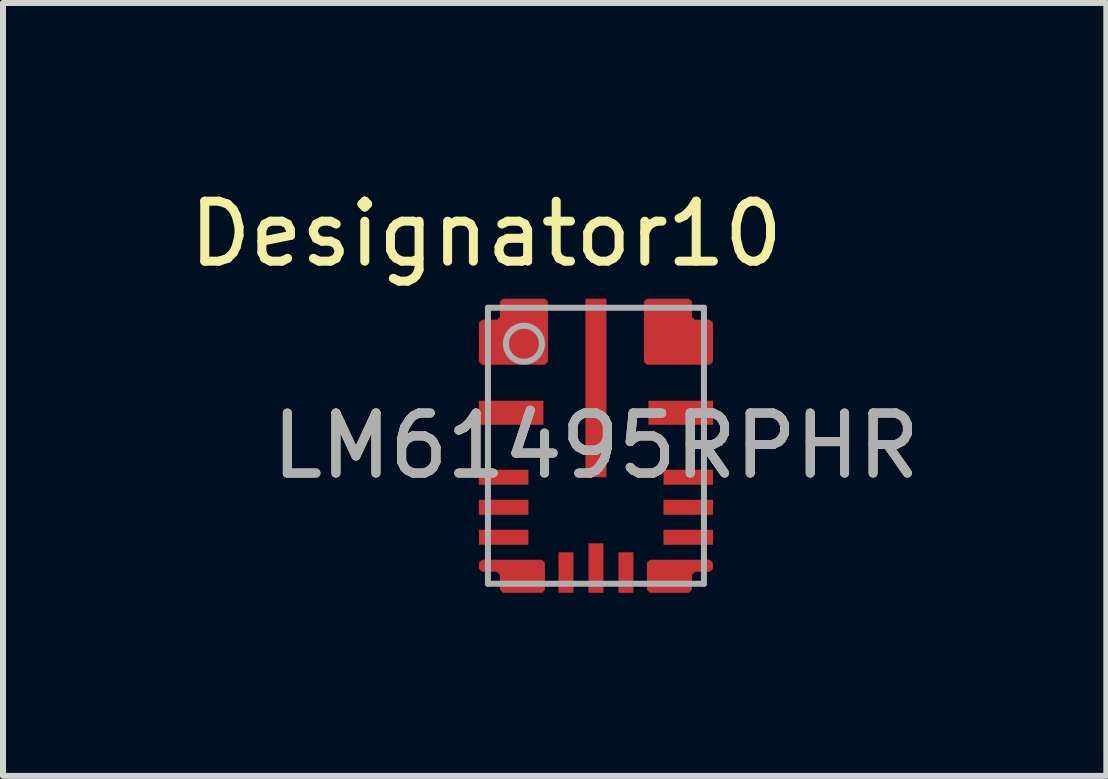
<source format=kicad_pcb>
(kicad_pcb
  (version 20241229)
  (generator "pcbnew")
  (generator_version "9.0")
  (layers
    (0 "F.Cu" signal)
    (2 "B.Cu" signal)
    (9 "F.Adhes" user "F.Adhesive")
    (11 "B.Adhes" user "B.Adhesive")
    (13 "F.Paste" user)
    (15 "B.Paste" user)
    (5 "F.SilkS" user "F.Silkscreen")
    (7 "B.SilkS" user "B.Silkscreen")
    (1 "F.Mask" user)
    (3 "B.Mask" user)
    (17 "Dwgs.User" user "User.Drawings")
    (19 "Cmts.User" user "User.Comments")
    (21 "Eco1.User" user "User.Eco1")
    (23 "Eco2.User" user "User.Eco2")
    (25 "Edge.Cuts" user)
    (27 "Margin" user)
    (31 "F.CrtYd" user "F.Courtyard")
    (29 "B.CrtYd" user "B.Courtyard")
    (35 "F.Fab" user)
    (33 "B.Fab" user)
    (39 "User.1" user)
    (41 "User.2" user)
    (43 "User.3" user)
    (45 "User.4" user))
  (footprint "LM61495RPHR"
    (layer "F.Cu")
    (at 6.882 4.379)
    (property "Reference" "LM61495RPHR" (at 0 0 0) (unlocked yes) (layer "F.SilkS") (effects (font (size 1 1) (thickness 0.15))))
    (attr smd)
    (fp_poly (pts (xy -1.95 -1.4) (xy -1.95 -2.05) (xy -1.9 -2.1) (xy -1.65 -2.1) (xy -1.6 -2.15) (xy -1.6 -2.4) (xy -1.55 -2.45) (xy -0.85 -2.45) (xy -0.8 -2.4) (xy -0.8 -1.4) (xy -0.85 -1.35) (xy -1.9 -1.35)) (stroke (width 0) (type solid)) (fill yes) (layer "F.Cu"))
    (fp_poly (pts (xy -1.95 2.05) (xy -1.9 2.1) (xy -1.65 2.1) (xy -1.6 2.15) (xy -1.6 2.4) (xy -1.55 2.45) (xy -0.9 2.45) (xy -0.85 2.4) (xy -0.85 1.95) (xy -0.9 1.9) (xy -1.9 1.9) (xy -1.95 1.95)) (stroke (width 0) (type solid)) (fill yes) (layer "F.Cu"))
    (fp_poly (pts (xy 1.95 -1.4) (xy 1.95 -2.05) (xy 1.9 -2.1) (xy 1.65 -2.1) (xy 1.6 -2.15) (xy 1.6 -2.4) (xy 1.55 -2.45) (xy 0.85 -2.45) (xy 0.8 -2.4) (xy 0.8 -1.4) (xy 0.85 -1.35) (xy 1.9 -1.35)) (stroke (width 0) (type solid)) (fill yes) (layer "F.Cu"))
    (fp_poly (pts (xy 1.95 2.05) (xy 1.9 2.1) (xy 1.65 2.1) (xy 1.6 2.15) (xy 1.6 2.4) (xy 1.55 2.45) (xy 0.9 2.45) (xy 0.85 2.4) (xy 0.85 1.95) (xy 0.9 1.9) (xy 1.9 1.9) (xy 1.95 1.95)) (stroke (width 0) (type solid)) (fill yes) (layer "F.Cu"))
    (fp_poly (pts (xy -2.001 2.05) (xy -2.001 1.95) (xy -2 1.94) (xy -1.997 1.931) (xy -1.992 1.922) (xy -1.986 1.914) (xy -1.936 1.864) (xy -1.928 1.858) (xy -1.919 1.853) (xy -1.91 1.85) (xy -1.9 1.849) (xy -0.9 1.849) (xy -0.89 1.85) (xy -0.881 1.853) (xy -0.872 1.858) (xy -0.864 1.864) (xy -0.814 1.914) (xy -0.808 1.922) (xy -0.803 1.931) (xy -0.8 1.94) (xy -0.799 1.95) (xy -0.799 2.4) (xy -0.8 2.41) (xy -0.803 2.419) (xy -0.808 2.428) (xy -0.814 2.436) (xy -0.864 2.486) (xy -0.872 2.492) (xy -0.881 2.497) (xy -0.89 2.5) (xy -0.9 2.501) (xy -1.55 2.501) (xy -1.56 2.5) (xy -1.569 2.497) (xy -1.578 2.492) (xy -1.586 2.486) (xy -1.636 2.436) (xy -1.642 2.428) (xy -1.647 2.419) (xy -1.65 2.41) (xy -1.651 2.4) (xy -1.651 2.171) (xy -1.671 2.151) (xy -1.9 2.151) (xy -1.91 2.15) (xy -1.919 2.147) (xy -1.928 2.142) (xy -1.936 2.136) (xy -1.986 2.086) (xy -1.992 2.078) (xy -1.997 2.069) (xy -2 2.06)) (stroke (width 0) (type solid)) (fill yes) (layer "F.Mask"))
    (fp_poly (pts (xy -1.986 -1.364) (xy -1.992 -1.372) (xy -1.997 -1.381) (xy -2 -1.39) (xy -2.001 -1.4) (xy -2.001 -2.05) (xy -2 -2.06) (xy -1.997 -2.069) (xy -1.992 -2.078) (xy -1.986 -2.086) (xy -1.936 -2.136) (xy -1.928 -2.142) (xy -1.919 -2.147) (xy -1.91 -2.15) (xy -1.9 -2.151) (xy -1.671 -2.151) (xy -1.651 -2.171) (xy -1.651 -2.4) (xy -1.65 -2.41) (xy -1.647 -2.419) (xy -1.642 -2.428) (xy -1.636 -2.436) (xy -1.586 -2.486) (xy -1.578 -2.492) (xy -1.569 -2.497) (xy -1.56 -2.5) (xy -1.55 -2.501) (xy -0.85 -2.501) (xy -0.84 -2.5) (xy -0.831 -2.497) (xy -0.822 -2.492) (xy -0.814 -2.486) (xy -0.764 -2.436) (xy -0.758 -2.428) (xy -0.753 -2.419) (xy -0.75 -2.41) (xy -0.749 -2.4) (xy -0.749 -1.4) (xy -0.75 -1.39) (xy -0.753 -1.381) (xy -0.758 -1.372) (xy -0.764 -1.364) (xy -0.814 -1.314) (xy -0.822 -1.308) (xy -0.831 -1.303) (xy -0.84 -1.3) (xy -0.85 -1.299) (xy -1.9 -1.299) (xy -1.91 -1.3) (xy -1.919 -1.303) (xy -1.928 -1.308) (xy -1.936 -1.314)) (stroke (width 0) (type solid)) (fill yes) (layer "F.Mask"))
    (fp_poly (pts (xy 1.986 -1.364) (xy 1.936 -1.314) (xy 1.928 -1.308) (xy 1.919 -1.303) (xy 1.91 -1.3) (xy 1.9 -1.299) (xy 0.85 -1.299) (xy 0.84 -1.3) (xy 0.831 -1.303) (xy 0.822 -1.308) (xy 0.814 -1.314) (xy 0.764 -1.364) (xy 0.758 -1.372) (xy 0.753 -1.381) (xy 0.75 -1.39) (xy 0.749 -1.4) (xy 0.749 -2.4) (xy 0.75 -2.41) (xy 0.753 -2.419) (xy 0.758 -2.428) (xy 0.764 -2.436) (xy 0.814 -2.486) (xy 0.822 -2.492) (xy 0.831 -2.497) (xy 0.84 -2.5) (xy 0.85 -2.501) (xy 1.55 -2.501) (xy 1.56 -2.5) (xy 1.569 -2.497) (xy 1.578 -2.492) (xy 1.586 -2.486) (xy 1.636 -2.436) (xy 1.642 -2.428) (xy 1.647 -2.419) (xy 1.65 -2.41) (xy 1.651 -2.4) (xy 1.651 -2.171) (xy 1.671 -2.151) (xy 1.9 -2.151) (xy 1.91 -2.15) (xy 1.919 -2.147) (xy 1.928 -2.142) (xy 1.936 -2.136) (xy 1.986 -2.086) (xy 1.992 -2.078) (xy 1.997 -2.069) (xy 2 -2.06) (xy 2.001 -2.05) (xy 2.001 -1.4) (xy 2 -1.39) (xy 1.997 -1.381) (xy 1.992 -1.372)) (stroke (width 0) (type solid)) (fill yes) (layer "F.Mask"))
    (fp_poly (pts (xy 2.001 2.05) (xy 2 2.06) (xy 1.997 2.069) (xy 1.992 2.078) (xy 1.986 2.086) (xy 1.936 2.136) (xy 1.928 2.142) (xy 1.919 2.147) (xy 1.91 2.15) (xy 1.9 2.151) (xy 1.671 2.151) (xy 1.651 2.171) (xy 1.651 2.4) (xy 1.65 2.41) (xy 1.647 2.419) (xy 1.642 2.428) (xy 1.636 2.436) (xy 1.586 2.486) (xy 1.578 2.492) (xy 1.569 2.497) (xy 1.56 2.5) (xy 1.55 2.501) (xy 0.9 2.501) (xy 0.89 2.5) (xy 0.881 2.497) (xy 0.872 2.492) (xy 0.864 2.486) (xy 0.814 2.436) (xy 0.808 2.428) (xy 0.803 2.419) (xy 0.8 2.41) (xy 0.799 2.4) (xy 0.799 1.95) (xy 0.8 1.94) (xy 0.803 1.931) (xy 0.808 1.922) (xy 0.814 1.914) (xy 0.864 1.864) (xy 0.872 1.858) (xy 0.881 1.853) (xy 0.89 1.85) (xy 0.9 1.849) (xy 1.9 1.849) (xy 1.91 1.85) (xy 1.919 1.853) (xy 1.928 1.858) (xy 1.936 1.864) (xy 1.986 1.914) (xy 1.992 1.922) (xy 1.997 1.931) (xy 2 1.94) (xy 2.001 1.95)) (stroke (width 0) (type solid)) (fill yes) (layer "F.Mask"))
    (fp_poly (pts (xy -0.85 2.35) (xy -0.9 2.4) (xy -1.52 2.4) (xy -1.57 2.35) (xy -1.57 2.15) (xy -1.62 2.1) (xy -1.9 2.1) (xy -1.95 2.05) (xy -1.95 1.95) (xy -1.9 1.9) (xy -0.9 1.9) (xy -0.85 1.95)) (stroke (width 0) (type solid)) (fill yes) (layer "F.Paste"))
    (fp_poly (pts (xy -0.8 -1.4) (xy -0.8 -2.34) (xy -0.85 -2.39) (xy -1.49 -2.39) (xy -1.54 -2.34) (xy -1.54 -2.09) (xy -1.59 -2.04) (xy -1.79 -2.04) (xy -1.84 -1.99) (xy -1.84 -1.4) (xy -1.79 -1.35) (xy -0.85 -1.35)) (stroke (width 0) (type solid)) (fill yes) (layer "F.Paste"))
    (fp_poly (pts (xy 0.8 -1.4) (xy 0.8 -2.34) (xy 0.85 -2.39) (xy 1.49 -2.39) (xy 1.54 -2.34) (xy 1.54 -2.09) (xy 1.59 -2.04) (xy 1.79 -2.04) (xy 1.84 -1.99) (xy 1.84 -1.4) (xy 1.79 -1.35) (xy 0.85 -1.35)) (stroke (width 0) (type solid)) (fill yes) (layer "F.Paste"))
    (fp_poly (pts (xy 0.85 2.35) (xy 0.9 2.4) (xy 1.52 2.4) (xy 1.57 2.35) (xy 1.57 2.15) (xy 1.62 2.1) (xy 1.9 2.1) (xy 1.95 2.05) (xy 1.95 1.95) (xy 1.9 1.9) (xy 0.9 1.9) (xy 0.85 1.95)) (stroke (width 0) (type solid)) (fill yes) (layer "F.Paste"))
    (fp_line (start -1.8 -2.3) (end 1.8 -2.3) (stroke (width 0.1) (type solid)) (layer "F.Fab"))
    (fp_line (start -1.8 2.3) (end -1.8 -2.3) (stroke (width 0.1) (type solid)) (layer "F.Fab"))
    (fp_line (start -1.8 2.3) (end 1.8 2.3) (stroke (width 0.1) (type solid)) (layer "F.Fab"))
    (fp_line (start 1.8 2.3) (end 1.8 -2.3) (stroke (width 0.1) (type solid)) (layer "F.Fab"))
    (fp_circle (center -1.2 -1.7) (end -0.9 -1.7) (stroke (width 0.1) (type solid)) (fill no) (layer "F.Fab"))
    (fp_text user "Designator10" (at -1.829 -3.531 0) (unlocked yes) (layer "F.SilkS") (effects (font (size 1 1) (thickness 0.15))))
    (fp_text user "${REFERENCE}" (at 0 0 0) (unlocked yes) (layer "F.Fab") (effects (font (size 1 1) (thickness 0.15))))
    (pad "1" smd rect (at -1.375 -1.9) (size 0.25 0.25) (layers "F.Cu" "F.Mask"))
    (pad "2" smd rect (at -1.413 -0.55) (size 1.075 0.4) (layers "F.Cu" "F.Mask" "F.Paste"))
    (pad "3" smd rect (at -1.538 0.525) (size 0.825 0.25) (layers "F.Cu" "F.Mask" "F.Paste"))
    (pad "4" smd rect (at -1.538 1.025) (size 0.825 0.25) (layers "F.Cu" "F.Mask" "F.Paste"))
    (pad "5" smd rect (at -1.538 1.525) (size 0.825 0.25) (layers "F.Cu" "F.Mask" "F.Paste"))
    (pad "6" smd rect (at -1.4 2.175) (size 0.25 0.25) (layers "F.Cu" "F.Mask"))
    (pad "7" smd rect (at -0.5 2.113 90) (size 0.675 0.25) (layers "F.Cu" "F.Mask" "F.Paste"))
    (pad "8" smd rect (at 0 2.038 90) (size 0.825 0.25) (layers "F.Cu" "F.Mask" "F.Paste"))
    (pad "9" smd rect (at 0.5 2.113 90) (size 0.675 0.25) (layers "F.Cu" "F.Mask" "F.Paste"))
    (pad "10" smd rect (at 1.4 2.175) (size 0.25 0.25) (layers "F.Cu" "F.Mask"))
    (pad "11" smd rect (at 1.538 1.525) (size 0.825 0.25) (layers "F.Cu" "F.Mask" "F.Paste"))
    (pad "12" smd rect (at 1.538 1.025) (size 0.825 0.25) (layers "F.Cu" "F.Mask" "F.Paste"))
    (pad "13" smd rect (at 1.538 0.525) (size 0.825 0.25) (layers "F.Cu" "F.Mask" "F.Paste"))
    (pad "14" smd rect (at 1.413 -0.55) (size 1.075 0.4) (layers "F.Cu" "F.Mask" "F.Paste"))
    (pad "15" smd rect (at 1.375 -1.9) (size 0.25 0.25) (layers "F.Cu" "F.Mask"))
    (pad "16" smd rect (at 0 -0.963 90) (size 2.975 0.35) (layers "F.Cu" "F.Mask" "F.Paste")))
  (gr_rect
    (start -3 -3)
    (end 15.388 9.88)
    (stroke (width 0.1) (type default))
    (fill no)
    (layer "Edge.Cuts")))
</source>
